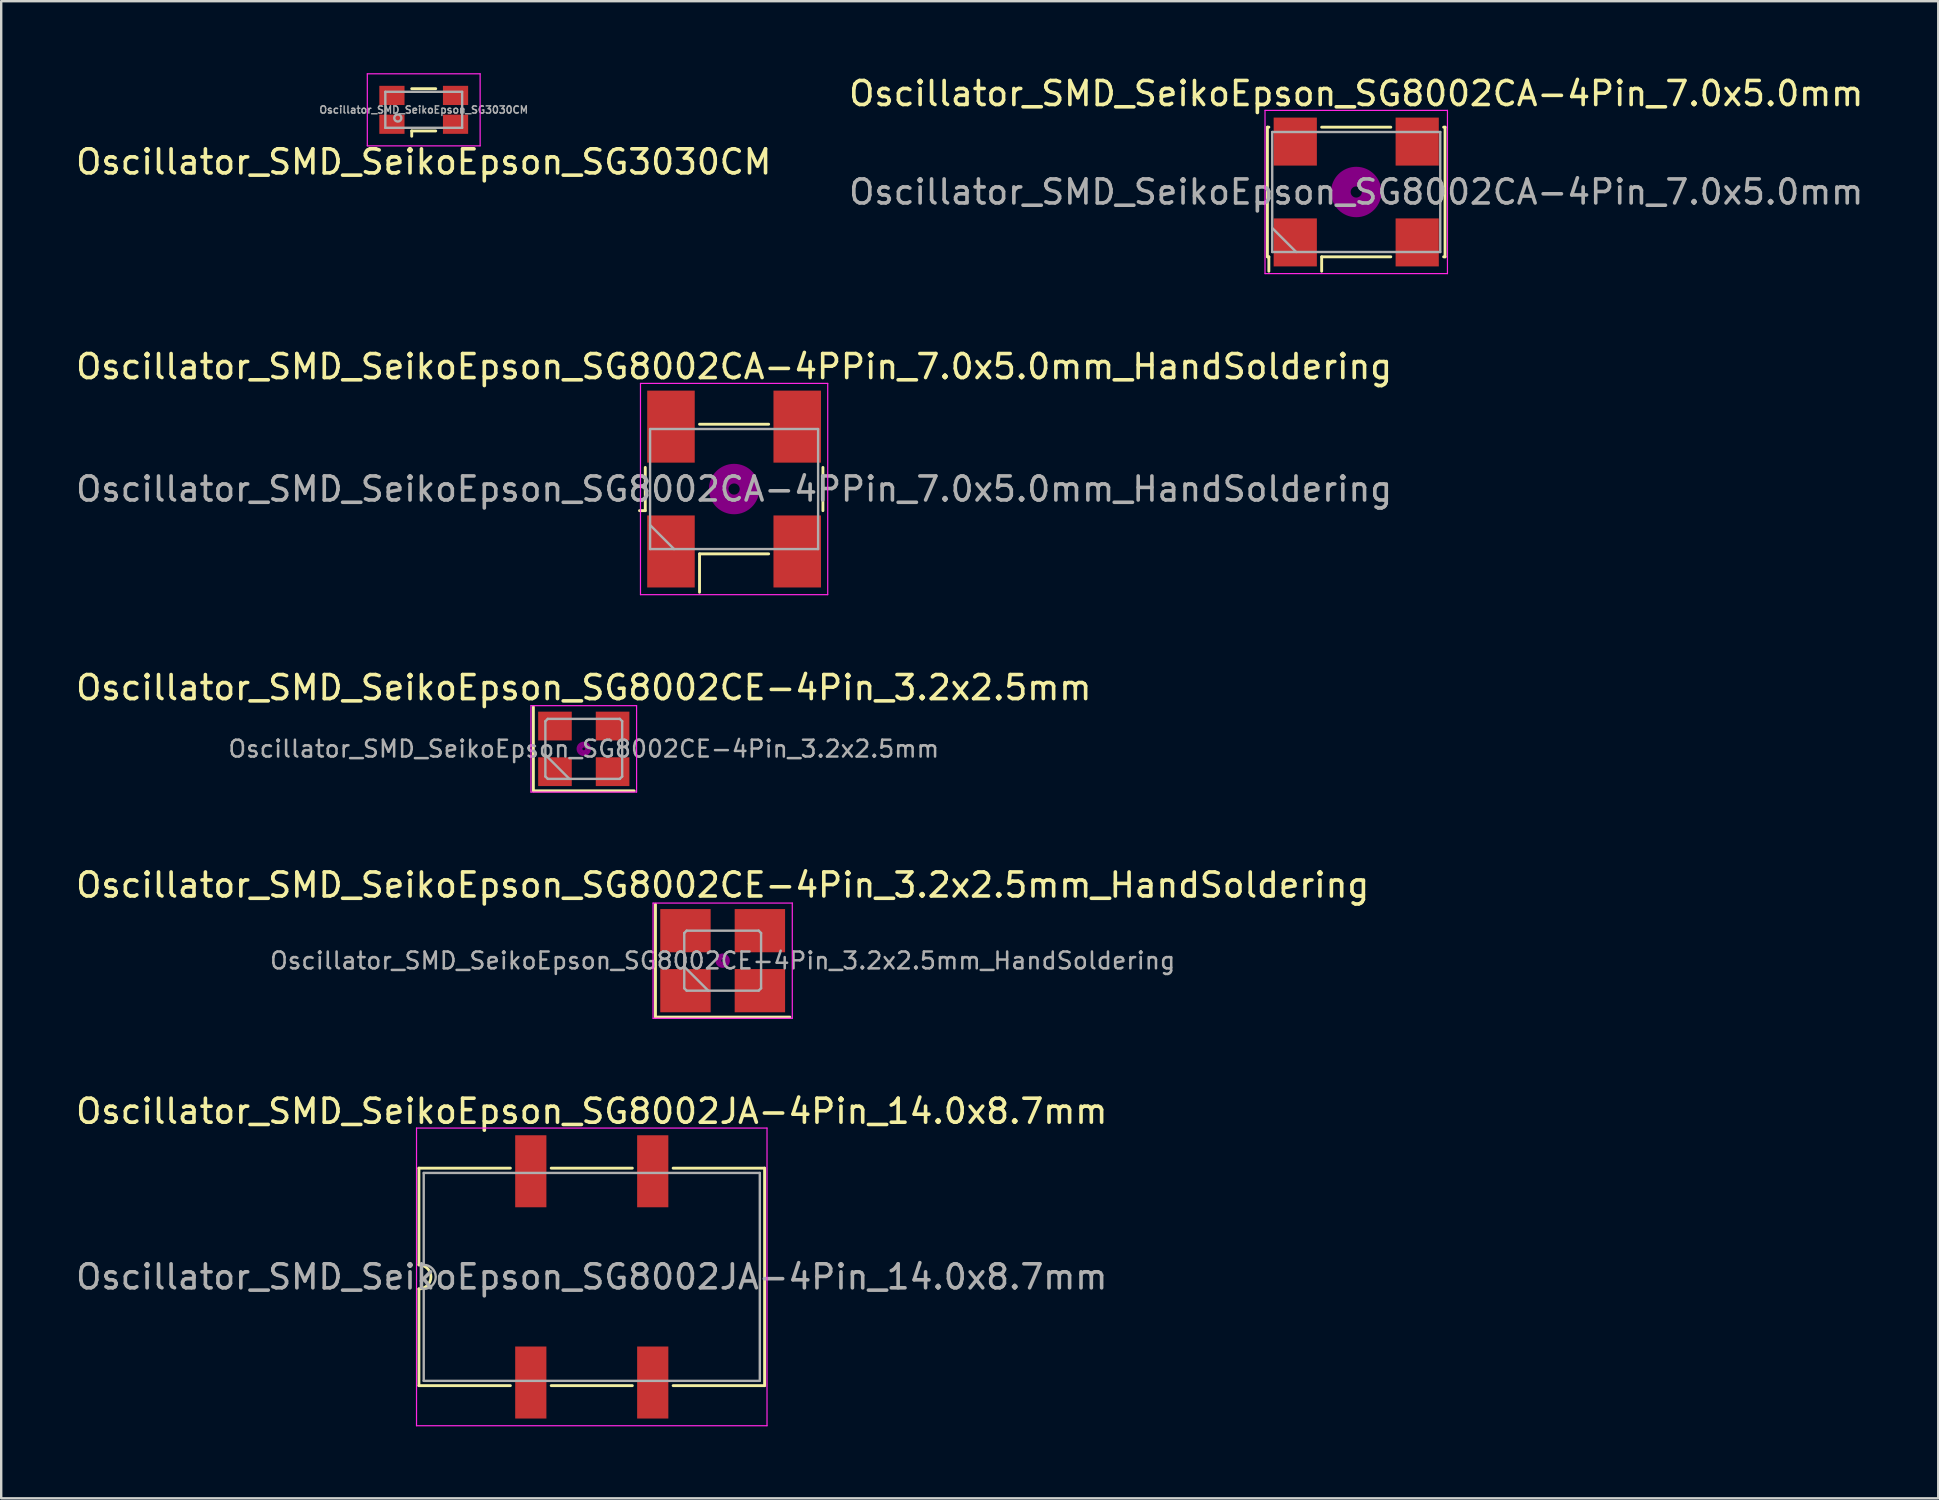
<source format=kicad_pcb>
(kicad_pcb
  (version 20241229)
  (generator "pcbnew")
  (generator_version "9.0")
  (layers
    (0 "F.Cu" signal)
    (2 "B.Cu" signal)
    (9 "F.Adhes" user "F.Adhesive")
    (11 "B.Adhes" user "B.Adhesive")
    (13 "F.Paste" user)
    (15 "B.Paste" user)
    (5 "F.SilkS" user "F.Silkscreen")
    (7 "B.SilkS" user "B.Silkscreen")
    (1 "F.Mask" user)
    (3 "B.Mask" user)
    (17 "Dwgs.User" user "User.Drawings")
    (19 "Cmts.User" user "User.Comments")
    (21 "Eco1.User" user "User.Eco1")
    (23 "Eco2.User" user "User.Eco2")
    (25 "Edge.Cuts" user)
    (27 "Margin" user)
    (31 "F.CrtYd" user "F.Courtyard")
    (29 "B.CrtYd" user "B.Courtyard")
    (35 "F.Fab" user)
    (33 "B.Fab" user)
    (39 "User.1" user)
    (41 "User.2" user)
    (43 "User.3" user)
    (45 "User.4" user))
  (footprint "Oscillator_SMD_SeikoEpson_SG8002CA-4Pin_7.0x5.0mm"
    (layer "F.Cu")
    (at 53.446 4.948)
    (property "Reference" "Oscillator_SMD_SeikoEpson_SG8002CA-4Pin_7.0x5.0mm" (at 0 -4.1 0) (layer "F.SilkS") (effects (font (size 1 1) (thickness 0.15))))
    (attr smd)
    (fp_line (start -3.7 -2.7) (end -3.64 -2.7) (stroke (width 0.12) (type solid)) (layer "F.SilkS"))
    (fp_line (start -3.7 2.7) (end -3.7 -2.7) (stroke (width 0.12) (type solid)) (layer "F.SilkS"))
    (fp_line (start -3.64 2.7) (end -3.7 2.7) (stroke (width 0.12) (type solid)) (layer "F.SilkS"))
    (fp_line (start -3.64 3.3) (end -3.64 2.7) (stroke (width 0.12) (type solid)) (layer "F.SilkS"))
    (fp_line (start -1.44 -2.7) (end 1.44 -2.7) (stroke (width 0.12) (type solid)) (layer "F.SilkS"))
    (fp_line (start -1.44 2.7) (end -1.44 3.3) (stroke (width 0.12) (type solid)) (layer "F.SilkS"))
    (fp_line (start 1.44 2.7) (end -1.44 2.7) (stroke (width 0.12) (type solid)) (layer "F.SilkS"))
    (fp_line (start 3.64 -2.7) (end 3.7 -2.7) (stroke (width 0.12) (type solid)) (layer "F.SilkS"))
    (fp_line (start 3.7 -2.7) (end 3.7 2.7) (stroke (width 0.12) (type solid)) (layer "F.SilkS"))
    (fp_line (start 3.7 2.7) (end 3.64 2.7) (stroke (width 0.12) (type solid)) (layer "F.SilkS"))
    (fp_circle (center 0 0) (end 0.233 0) (stroke (width 0.467) (type solid)) (fill no) (layer "F.Adhes"))
    (fp_circle (center 0 0) (end 0.533 0) (stroke (width 0.333) (type solid)) (fill no) (layer "F.Adhes"))
    (fp_circle (center 0 0) (end 0.833 0) (stroke (width 0.333) (type solid)) (fill no) (layer "F.Adhes"))
    (fp_circle (center 0 0) (end 1 0) (stroke (width 0.1) (type solid)) (fill no) (layer "F.Adhes"))
    (fp_line (start -3.8 -3.4) (end -3.8 3.4) (stroke (width 0.05) (type solid)) (layer "F.CrtYd"))
    (fp_line (start -3.8 3.4) (end 3.8 3.4) (stroke (width 0.05) (type solid)) (layer "F.CrtYd"))
    (fp_line (start 3.8 -3.4) (end -3.8 -3.4) (stroke (width 0.05) (type solid)) (layer "F.CrtYd"))
    (fp_line (start 3.8 3.4) (end 3.8 -3.4) (stroke (width 0.05) (type solid)) (layer "F.CrtYd"))
    (fp_line (start -3.5 -2.5) (end -3.5 2.5) (stroke (width 0.1) (type solid)) (layer "F.Fab"))
    (fp_line (start -3.5 1.5) (end -2.5 2.5) (stroke (width 0.1) (type solid)) (layer "F.Fab"))
    (fp_line (start -3.5 2.5) (end 3.5 2.5) (stroke (width 0.1) (type solid)) (layer "F.Fab"))
    (fp_line (start 3.5 -2.5) (end -3.5 -2.5) (stroke (width 0.1) (type solid)) (layer "F.Fab"))
    (fp_line (start 3.5 2.5) (end 3.5 -2.5) (stroke (width 0.1) (type solid)) (layer "F.Fab"))
    (fp_text user "${REFERENCE}" (at 0 0 0) (layer "F.Fab") (effects (font (size 1 1) (thickness 0.15))))
    (pad "1" smd rect (at -2.54 2.1) (size 1.8 2) (layers "F.Cu" "F.Mask" "F.Paste"))
    (pad "2" smd rect (at 2.54 2.1) (size 1.8 2) (layers "F.Cu" "F.Mask" "F.Paste"))
    (pad "3" smd rect (at 2.54 -2.1) (size 1.8 2) (layers "F.Cu" "F.Mask" "F.Paste"))
    (pad "4" smd rect (at -2.54 -2.1) (size 1.8 2) (layers "F.Cu" "F.Mask" "F.Paste")))
  (footprint "Oscillator_SMD_SeikoEpson_SG8002CE-4Pin_3.2x2.5mm_HandSoldering"
    (layer "F.Cu")
    (at 27.054 36.968)
    (property "Reference" "Oscillator_SMD_SeikoEpson_SG8002CE-4Pin_3.2x2.5mm_HandSoldering" (at 0 -3.15 0) (layer "F.SilkS") (effects (font (size 1 1) (thickness 0.15))))
    (attr smd)
    (fp_line (start -2.8 -2.35) (end -2.8 2.35) (stroke (width 0.12) (type solid)) (layer "F.SilkS"))
    (fp_line (start -2.8 2.35) (end 2.8 2.35) (stroke (width 0.12) (type solid)) (layer "F.SilkS"))
    (fp_circle (center 0 0) (end 0.058 0) (stroke (width 0.117) (type solid)) (fill no) (layer "F.Adhes"))
    (fp_circle (center 0 0) (end 0.133 0) (stroke (width 0.083) (type solid)) (fill no) (layer "F.Adhes"))
    (fp_circle (center 0 0) (end 0.208 0) (stroke (width 0.083) (type solid)) (fill no) (layer "F.Adhes"))
    (fp_circle (center 0 0) (end 0.25 0) (stroke (width 0.1) (type solid)) (fill no) (layer "F.Adhes"))
    (fp_line (start -2.9 -2.4) (end -2.9 2.4) (stroke (width 0.05) (type solid)) (layer "F.CrtYd"))
    (fp_line (start -2.9 2.4) (end 2.9 2.4) (stroke (width 0.05) (type solid)) (layer "F.CrtYd"))
    (fp_line (start 2.9 -2.4) (end -2.9 -2.4) (stroke (width 0.05) (type solid)) (layer "F.CrtYd"))
    (fp_line (start 2.9 2.4) (end 2.9 -2.4) (stroke (width 0.05) (type solid)) (layer "F.CrtYd"))
    (fp_line (start -1.6 -1.15) (end -1.5 -1.25) (stroke (width 0.1) (type solid)) (layer "F.Fab"))
    (fp_line (start -1.6 0.25) (end -0.6 1.25) (stroke (width 0.1) (type solid)) (layer "F.Fab"))
    (fp_line (start -1.6 1.15) (end -1.6 -1.15) (stroke (width 0.1) (type solid)) (layer "F.Fab"))
    (fp_line (start -1.5 -1.25) (end 1.5 -1.25) (stroke (width 0.1) (type solid)) (layer "F.Fab"))
    (fp_line (start -1.5 1.25) (end -1.6 1.15) (stroke (width 0.1) (type solid)) (layer "F.Fab"))
    (fp_line (start 1.5 -1.25) (end 1.6 -1.15) (stroke (width 0.1) (type solid)) (layer "F.Fab"))
    (fp_line (start 1.5 1.25) (end -1.5 1.25) (stroke (width 0.1) (type solid)) (layer "F.Fab"))
    (fp_line (start 1.6 -1.15) (end 1.6 1.15) (stroke (width 0.1) (type solid)) (layer "F.Fab"))
    (fp_line (start 1.6 1.15) (end 1.5 1.25) (stroke (width 0.1) (type solid)) (layer "F.Fab"))
    (fp_text user "${REFERENCE}" (at 0 0 0) (layer "F.Fab") (effects (font (size 0.7 0.7) (thickness 0.105))))
    (pad "1" smd rect (at -1.55 1.25) (size 2.1 1.8) (layers "F.Cu" "F.Mask" "F.Paste"))
    (pad "2" smd rect (at 1.55 1.25) (size 2.1 1.8) (layers "F.Cu" "F.Mask" "F.Paste"))
    (pad "3" smd rect (at 1.55 -1.25) (size 2.1 1.8) (layers "F.Cu" "F.Mask" "F.Paste"))
    (pad "4" smd rect (at -1.55 -1.25) (size 2.1 1.8) (layers "F.Cu" "F.Mask" "F.Paste")))
  (footprint "Oscillator_SMD_SeikoEpson_SG3030CM"
    (layer "F.Cu")
    (at 14.601 1.525)
    (property "Reference" "Oscillator_SMD_SeikoEpson_SG3030CM" (at 0 2.17 0) (layer "F.SilkS") (effects (font (size 1 1) (thickness 0.15))))
    (attr smd)
    (fp_line (start -0.5 -0.88) (end 0.5 -0.88) (stroke (width 0.12) (type solid)) (layer "F.SilkS"))
    (fp_line (start -0.5 0.88) (end 0.5 0.88) (stroke (width 0.12) (type solid)) (layer "F.SilkS"))
    (fp_line (start -0.5 1.1) (end -0.5 0.88) (stroke (width 0.12) (type solid)) (layer "F.SilkS"))
    (fp_line (start -2.35 -1.5) (end 2.35 -1.5) (stroke (width 0.05) (type solid)) (layer "F.CrtYd"))
    (fp_line (start -2.35 1.5) (end -2.35 -1.5) (stroke (width 0.05) (type solid)) (layer "F.CrtYd"))
    (fp_line (start 2.35 -1.5) (end 2.35 1.5) (stroke (width 0.05) (type solid)) (layer "F.CrtYd"))
    (fp_line (start 2.35 1.5) (end -2.35 1.5) (stroke (width 0.05) (type solid)) (layer "F.CrtYd"))
    (fp_line (start -1.6 -0.75) (end -1.6 0.75) (stroke (width 0.1) (type solid)) (layer "F.Fab"))
    (fp_line (start -1.6 -0.75) (end 1.6 -0.75) (stroke (width 0.1) (type solid)) (layer "F.Fab"))
    (fp_line (start 1.6 -0.75) (end 1.6 0.75) (stroke (width 0.1) (type solid)) (layer "F.Fab"))
    (fp_line (start 1.6 0.75) (end -1.6 0.75) (stroke (width 0.1) (type solid)) (layer "F.Fab"))
    (fp_circle (center -1.08 0.34) (end -0.94 0.29) (stroke (width 0.1) (type solid)) (fill no) (layer "F.Fab"))
    (fp_text user "${REFERENCE}" (at 0 0 0) (layer "F.Fab") (effects (font (size 0.3 0.3) (thickness 0.06))))
    (pad "1" smd rect (at -1.325 0.6) (size 1.05 0.8) (layers "F.Cu" "F.Mask" "F.Paste"))
    (pad "2" smd rect (at 1.325 0.6) (size 1.05 0.8) (layers "F.Cu" "F.Mask" "F.Paste"))
    (pad "3" smd rect (at 1.325 -0.6) (size 1.05 0.8) (layers "F.Cu" "F.Mask" "F.Paste"))
    (pad "4" smd rect (at -1.325 -0.6) (size 1.05 0.8) (layers "F.Cu" "F.Mask" "F.Paste")))
  (footprint "Oscillator_SMD_SeikoEpson_SG8002CA-4PPin_7.0x5.0mm_HandSoldering"
    (layer "F.Cu")
    (at 27.53 17.322)
    (property "Reference" "Oscillator_SMD_SeikoEpson_SG8002CA-4PPin_7.0x5.0mm_HandSoldering" (at 0 -5.1 0) (layer "F.SilkS") (effects (font (size 1 1) (thickness 0.15))))
    (attr smd)
    (fp_line (start -3.94 0.9) (end -3.7 0.9) (stroke (width 0.12) (type solid)) (layer "F.SilkS"))
    (fp_line (start -3.7 0.9) (end -3.7 -0.9) (stroke (width 0.12) (type solid)) (layer "F.SilkS"))
    (fp_line (start -1.44 -2.7) (end 1.44 -2.7) (stroke (width 0.12) (type solid)) (layer "F.SilkS"))
    (fp_line (start -1.44 2.7) (end -1.44 4.3) (stroke (width 0.12) (type solid)) (layer "F.SilkS"))
    (fp_line (start 1.44 2.7) (end -1.44 2.7) (stroke (width 0.12) (type solid)) (layer "F.SilkS"))
    (fp_line (start 3.7 -0.9) (end 3.7 0.9) (stroke (width 0.12) (type solid)) (layer "F.SilkS"))
    (fp_circle (center 0 0) (end 0.233 0) (stroke (width 0.467) (type solid)) (fill no) (layer "F.Adhes"))
    (fp_circle (center 0 0) (end 0.533 0) (stroke (width 0.333) (type solid)) (fill no) (layer "F.Adhes"))
    (fp_circle (center 0 0) (end 0.833 0) (stroke (width 0.333) (type solid)) (fill no) (layer "F.Adhes"))
    (fp_circle (center 0 0) (end 1 0) (stroke (width 0.1) (type solid)) (fill no) (layer "F.Adhes"))
    (fp_line (start -3.9 -4.4) (end -3.9 4.4) (stroke (width 0.05) (type solid)) (layer "F.CrtYd"))
    (fp_line (start -3.9 4.4) (end 3.9 4.4) (stroke (width 0.05) (type solid)) (layer "F.CrtYd"))
    (fp_line (start 3.9 -4.4) (end -3.9 -4.4) (stroke (width 0.05) (type solid)) (layer "F.CrtYd"))
    (fp_line (start 3.9 4.4) (end 3.9 -4.4) (stroke (width 0.05) (type solid)) (layer "F.CrtYd"))
    (fp_line (start -3.5 -2.5) (end -3.5 2.5) (stroke (width 0.1) (type solid)) (layer "F.Fab"))
    (fp_line (start -3.5 1.5) (end -2.5 2.5) (stroke (width 0.1) (type solid)) (layer "F.Fab"))
    (fp_line (start -3.5 2.5) (end 3.5 2.5) (stroke (width 0.1) (type solid)) (layer "F.Fab"))
    (fp_line (start 3.5 -2.5) (end -3.5 -2.5) (stroke (width 0.1) (type solid)) (layer "F.Fab"))
    (fp_line (start 3.5 2.5) (end 3.5 -2.5) (stroke (width 0.1) (type solid)) (layer "F.Fab"))
    (fp_text user "${REFERENCE}" (at 0 0 0) (layer "F.Fab") (effects (font (size 1 1) (thickness 0.15))))
    (pad "1" smd rect (at -2.63 2.6) (size 1.98 3) (layers "F.Cu" "F.Mask" "F.Paste"))
    (pad "2" smd rect (at 2.63 2.6) (size 1.98 3) (layers "F.Cu" "F.Mask" "F.Paste"))
    (pad "3" smd rect (at 2.63 -2.6) (size 1.98 3) (layers "F.Cu" "F.Mask" "F.Paste"))
    (pad "4" smd rect (at -2.63 -2.6) (size 1.98 3) (layers "F.Cu" "F.Mask" "F.Paste")))
  (footprint "Oscillator_SMD_SeikoEpson_SG8002CE-4Pin_3.2x2.5mm"
    (layer "F.Cu")
    (at 21.268 28.145)
    (property "Reference" "Oscillator_SMD_SeikoEpson_SG8002CE-4Pin_3.2x2.5mm" (at 0 -2.55 0) (layer "F.SilkS") (effects (font (size 1 1) (thickness 0.15))))
    (attr smd)
    (fp_line (start -2.1 -1.75) (end -2.1 1.75) (stroke (width 0.12) (type solid)) (layer "F.SilkS"))
    (fp_line (start -2.1 1.75) (end 2.1 1.75) (stroke (width 0.12) (type solid)) (layer "F.SilkS"))
    (fp_circle (center 0 0) (end 0.058 0) (stroke (width 0.117) (type solid)) (fill no) (layer "F.Adhes"))
    (fp_circle (center 0 0) (end 0.133 0) (stroke (width 0.083) (type solid)) (fill no) (layer "F.Adhes"))
    (fp_circle (center 0 0) (end 0.208 0) (stroke (width 0.083) (type solid)) (fill no) (layer "F.Adhes"))
    (fp_circle (center 0 0) (end 0.25 0) (stroke (width 0.1) (type solid)) (fill no) (layer "F.Adhes"))
    (fp_line (start -2.2 -1.8) (end -2.2 1.8) (stroke (width 0.05) (type solid)) (layer "F.CrtYd"))
    (fp_line (start -2.2 1.8) (end 2.2 1.8) (stroke (width 0.05) (type solid)) (layer "F.CrtYd"))
    (fp_line (start 2.2 -1.8) (end -2.2 -1.8) (stroke (width 0.05) (type solid)) (layer "F.CrtYd"))
    (fp_line (start 2.2 1.8) (end 2.2 -1.8) (stroke (width 0.05) (type solid)) (layer "F.CrtYd"))
    (fp_line (start -1.6 -1.15) (end -1.5 -1.25) (stroke (width 0.1) (type solid)) (layer "F.Fab"))
    (fp_line (start -1.6 0.25) (end -0.6 1.25) (stroke (width 0.1) (type solid)) (layer "F.Fab"))
    (fp_line (start -1.6 1.15) (end -1.6 -1.15) (stroke (width 0.1) (type solid)) (layer "F.Fab"))
    (fp_line (start -1.5 -1.25) (end 1.5 -1.25) (stroke (width 0.1) (type solid)) (layer "F.Fab"))
    (fp_line (start -1.5 1.25) (end -1.6 1.15) (stroke (width 0.1) (type solid)) (layer "F.Fab"))
    (fp_line (start 1.5 -1.25) (end 1.6 -1.15) (stroke (width 0.1) (type solid)) (layer "F.Fab"))
    (fp_line (start 1.5 1.25) (end -1.5 1.25) (stroke (width 0.1) (type solid)) (layer "F.Fab"))
    (fp_line (start 1.6 -1.15) (end 1.6 1.15) (stroke (width 0.1) (type solid)) (layer "F.Fab"))
    (fp_line (start 1.6 1.15) (end 1.5 1.25) (stroke (width 0.1) (type solid)) (layer "F.Fab"))
    (fp_text user "${REFERENCE}" (at 0 0 0) (layer "F.Fab") (effects (font (size 0.7 0.7) (thickness 0.105))))
    (pad "1" smd rect (at -1.2 0.95) (size 1.4 1.2) (layers "F.Cu" "F.Mask" "F.Paste"))
    (pad "2" smd rect (at 1.2 0.95) (size 1.4 1.2) (layers "F.Cu" "F.Mask" "F.Paste"))
    (pad "3" smd rect (at 1.2 -0.95) (size 1.4 1.2) (layers "F.Cu" "F.Mask" "F.Paste"))
    (pad "4" smd rect (at -1.2 -0.95) (size 1.4 1.2) (layers "F.Cu" "F.Mask" "F.Paste")))
  (footprint "Oscillator_SMD_SeikoEpson_SG8002JA-4Pin_14.0x8.7mm"
    (layer "F.Cu")
    (at 21.601 50.141)
    (property "Reference" "Oscillator_SMD_SeikoEpson_SG8002JA-4Pin_14.0x8.7mm" (at 0 -6.9 0) (layer "F.SilkS") (effects (font (size 1 1) (thickness 0.15))))
    (attr smd)
    (fp_line (start -7.2 -4.53) (end -3.39 -4.53) (stroke (width 0.12) (type solid)) (layer "F.SilkS"))
    (fp_line (start -7.2 -0.5) (end -7.2 -4.53) (stroke (width 0.12) (type solid)) (layer "F.SilkS"))
    (fp_line (start -7.2 4.53) (end -7.2 0.5) (stroke (width 0.12) (type solid)) (layer "F.SilkS"))
    (fp_line (start -7.2 4.53) (end -3.39 4.53) (stroke (width 0.12) (type solid)) (layer "F.SilkS"))
    (fp_line (start -1.69 -4.53) (end 1.69 -4.53) (stroke (width 0.12) (type solid)) (layer "F.SilkS"))
    (fp_line (start 1.69 4.53) (end -1.69 4.53) (stroke (width 0.12) (type solid)) (layer "F.SilkS"))
    (fp_line (start 3.39 -4.53) (end 7.2 -4.53) (stroke (width 0.12) (type solid)) (layer "F.SilkS"))
    (fp_line (start 7.2 -4.53) (end 7.2 4.53) (stroke (width 0.12) (type solid)) (layer "F.SilkS"))
    (fp_line (start 7.2 4.53) (end 3.39 4.53) (stroke (width 0.12) (type solid)) (layer "F.SilkS"))
    (fp_arc (start -7.2 -0.5) (mid -6.7 0) (end -7.2 0.5) (stroke (width 0.12) (type solid)) (layer "F.SilkS"))
    (fp_line (start -7.3 -6.2) (end -7.3 6.2) (stroke (width 0.05) (type solid)) (layer "F.CrtYd"))
    (fp_line (start -7.3 6.2) (end 7.3 6.2) (stroke (width 0.05) (type solid)) (layer "F.CrtYd"))
    (fp_line (start 7.3 -6.2) (end -7.3 -6.2) (stroke (width 0.05) (type solid)) (layer "F.CrtYd"))
    (fp_line (start 7.3 6.2) (end 7.3 -6.2) (stroke (width 0.05) (type solid)) (layer "F.CrtYd"))
    (fp_line (start -7 -4.33) (end 7 -4.33) (stroke (width 0.1) (type solid)) (layer "F.Fab"))
    (fp_line (start -7 -0.5) (end -7 -4.33) (stroke (width 0.1) (type solid)) (layer "F.Fab"))
    (fp_line (start -7 4.33) (end -7 0.5) (stroke (width 0.1) (type solid)) (layer "F.Fab"))
    (fp_line (start 7 -4.33) (end 7 4.33) (stroke (width 0.1) (type solid)) (layer "F.Fab"))
    (fp_line (start 7 4.33) (end -7 4.33) (stroke (width 0.1) (type solid)) (layer "F.Fab"))
    (fp_arc (start -7 -0.5) (mid -6.5 0) (end -7 0.5) (stroke (width 0.1) (type solid)) (layer "F.Fab"))
    (fp_text user "${REFERENCE}" (at 0 0 0) (layer "F.Fab") (effects (font (size 1 1) (thickness 0.15))))
    (pad "1" smd rect (at -2.54 4.4) (size 1.3 3) (layers "F.Cu" "F.Mask" "F.Paste"))
    (pad "2" smd rect (at 2.54 4.4) (size 1.3 3) (layers "F.Cu" "F.Mask" "F.Paste"))
    (pad "3" smd rect (at 2.54 -4.4) (size 1.3 3) (layers "F.Cu" "F.Mask" "F.Paste"))
    (pad "4" smd rect (at -2.54 -4.4) (size 1.3 3) (layers "F.Cu" "F.Mask" "F.Paste")))
  (gr_rect
    (start -3 -3)
    (end 77.69 59.366)
    (stroke (width 0.1) (type default))
    (fill no)
    (layer "Edge.Cuts")))
</source>
